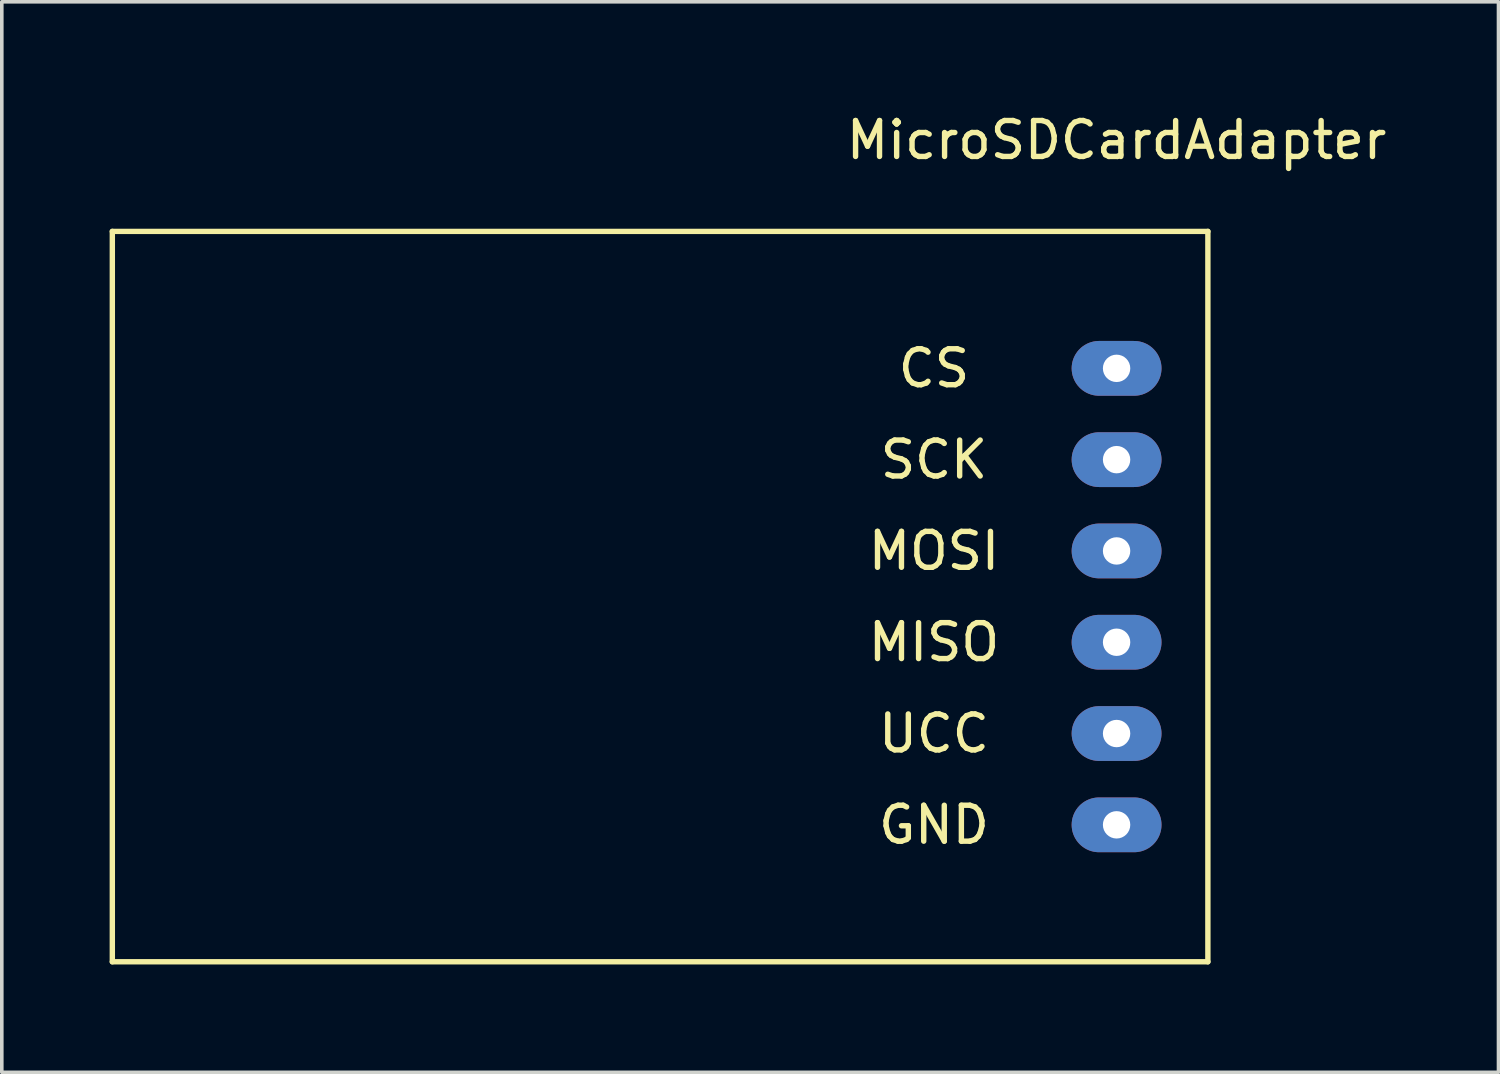
<source format=kicad_pcb>
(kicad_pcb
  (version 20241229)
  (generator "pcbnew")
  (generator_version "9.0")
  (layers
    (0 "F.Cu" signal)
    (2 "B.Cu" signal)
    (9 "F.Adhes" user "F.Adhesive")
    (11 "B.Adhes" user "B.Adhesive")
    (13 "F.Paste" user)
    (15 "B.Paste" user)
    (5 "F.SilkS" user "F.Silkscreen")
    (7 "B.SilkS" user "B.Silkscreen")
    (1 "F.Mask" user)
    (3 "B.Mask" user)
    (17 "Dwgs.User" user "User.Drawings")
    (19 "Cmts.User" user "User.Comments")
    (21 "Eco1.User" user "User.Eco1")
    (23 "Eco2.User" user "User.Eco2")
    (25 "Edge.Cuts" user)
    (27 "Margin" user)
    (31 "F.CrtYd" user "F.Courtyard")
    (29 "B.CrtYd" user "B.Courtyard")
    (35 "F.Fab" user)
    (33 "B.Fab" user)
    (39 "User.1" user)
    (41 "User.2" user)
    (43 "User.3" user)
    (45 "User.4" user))
  (footprint "MicroSDCardAdapter"
    (layer "F.Cu")
    (at 28.015 7.198)
    (property "Reference" "MicroSDCardAdapter" (at 0 -6.35 0) (layer "F.SilkS") (effects (font (size 1 1) (thickness 0.15))))
    (attr through_hole)
    (fp_line (start -27.94 -3.81) (end -27.94 16.51) (stroke (width 0.15) (type solid)) (layer "F.SilkS"))
    (fp_line (start 2.54 -3.81) (end -27.94 -3.81) (stroke (width 0.15) (type solid)) (layer "F.SilkS"))
    (fp_line (start 2.54 -3.81) (end 2.54 16.51) (stroke (width 0.15) (type solid)) (layer "F.SilkS"))
    (fp_line (start 2.54 16.51) (end -27.94 16.51) (stroke (width 0.15) (type solid)) (layer "F.SilkS"))
    (fp_text user "CS" (at -5.08 0 0) (layer "F.SilkS") (effects (font (size 1 1) (thickness 0.15))))
    (fp_text user "UCC" (at -5.08 10.16 0) (layer "F.SilkS") (effects (font (size 1 1) (thickness 0.15))))
    (fp_text user "SCK" (at -5.08 2.54 0) (layer "F.SilkS") (effects (font (size 1 1) (thickness 0.15))))
    (fp_text user "MOSI" (at -5.08 5.08 0) (layer "F.SilkS") (effects (font (size 1 1) (thickness 0.15))))
    (fp_text user "GND" (at -5.08 12.7 0) (layer "F.SilkS") (effects (font (size 1 1) (thickness 0.15))))
    (fp_text user "MISO" (at -5.08 7.62 0) (layer "F.SilkS") (effects (font (size 1 1) (thickness 0.15))))
    (pad "1" thru_hole oval (at 0 0) (size 2.5 1.524) (drill 0.762) (layers "*.Cu" "*.Mask"))
    (pad "2" thru_hole oval (at 0 2.54) (size 2.5 1.524) (drill 0.762) (layers "*.Cu" "*.Mask"))
    (pad "3" thru_hole oval (at 0 5.08) (size 2.5 1.524) (drill 0.762) (layers "*.Cu" "*.Mask"))
    (pad "4" thru_hole oval (at 0 7.62) (size 2.5 1.524) (drill 0.762) (layers "*.Cu" "*.Mask"))
    (pad "5" thru_hole oval (at 0 10.16) (size 2.5 1.524) (drill 0.762) (layers "*.Cu" "*.Mask"))
    (pad "6" thru_hole oval (at 0 12.7) (size 2.5 1.524) (drill 0.762) (layers "*.Cu" "*.Mask")))
  (gr_rect
    (start -3 -3)
    (end 38.64 26.783)
    (stroke (width 0.1) (type default))
    (fill no)
    (layer "Edge.Cuts")))
</source>
